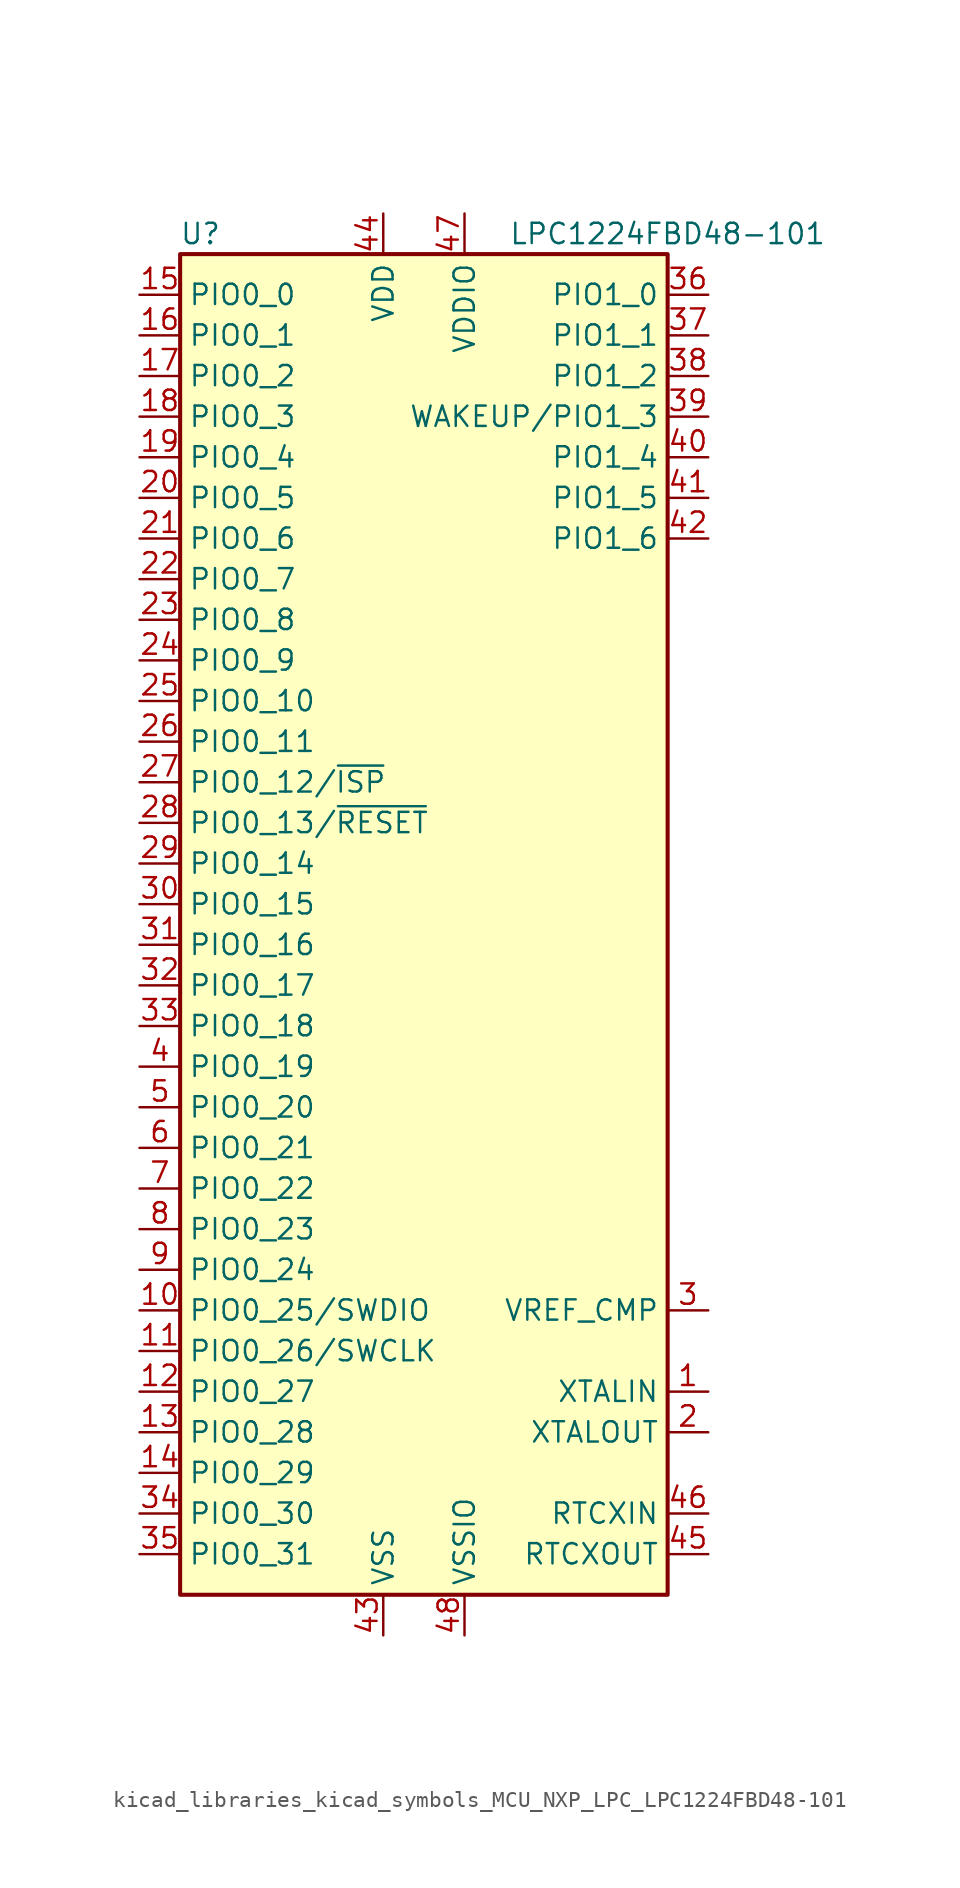
<source format=kicad_sym>
(kicad_symbol_lib
  (version 20220914)
  (generator kicad_symbol_editor)
  (symbol "kicad_libraries_kicad_symbols_MCU_NXP_LPC_LPC1224FBD48-101"
    (property "Reference" "U"
      (at -13.97 44.45 0)
      (effects (font (size 1.27 1.27))))
    (property "Value" "LPC1224FBD48-101"
      (at 15.24 44.45 0)
      (effects (font (size 1.27 1.27))))
    (symbol "kicad_libraries_kicad_symbols_MCU_NXP_LPC_LPC1224FBD48-101_0_1"
      (rectangle (start -15.24 43.18) (end 15.24 -40.64) (stroke (width 0.254) (type default)) (fill (type background))))
    (symbol "kicad_libraries_kicad_symbols_MCU_NXP_LPC_LPC1224FBD48-101_1_1"
      (pin input line (at 17.78 -27.94 180) (length 2.54) (name "XTALIN" (effects (font (size 1.27 1.27)))) (number "1" (effects (font (size 1.27 1.27)))))
      (pin bidirectional line (at -17.78 -22.86 0) (length 2.54) (name "PIO0_25/SWDIO" (effects (font (size 1.27 1.27)))) (number "10" (effects (font (size 1.27 1.27)))))
      (pin bidirectional line (at -17.78 -25.4 0) (length 2.54) (name "PIO0_26/SWCLK" (effects (font (size 1.27 1.27)))) (number "11" (effects (font (size 1.27 1.27)))))
      (pin bidirectional line (at -17.78 -27.94 0) (length 2.54) (name "PIO0_27" (effects (font (size 1.27 1.27)))) (number "12" (effects (font (size 1.27 1.27)))))
      (pin bidirectional line (at -17.78 -30.48 0) (length 2.54) (name "PIO0_28" (effects (font (size 1.27 1.27)))) (number "13" (effects (font (size 1.27 1.27)))))
      (pin bidirectional line (at -17.78 -33.02 0) (length 2.54) (name "PIO0_29" (effects (font (size 1.27 1.27)))) (number "14" (effects (font (size 1.27 1.27)))))
      (pin bidirectional line (at -17.78 40.64 0) (length 2.54) (name "PIO0_0" (effects (font (size 1.27 1.27)))) (number "15" (effects (font (size 1.27 1.27)))))
      (pin bidirectional line (at -17.78 38.1 0) (length 2.54) (name "PIO0_1" (effects (font (size 1.27 1.27)))) (number "16" (effects (font (size 1.27 1.27)))))
      (pin bidirectional line (at -17.78 35.56 0) (length 2.54) (name "PIO0_2" (effects (font (size 1.27 1.27)))) (number "17" (effects (font (size 1.27 1.27)))))
      (pin bidirectional line (at -17.78 33.02 0) (length 2.54) (name "PIO0_3" (effects (font (size 1.27 1.27)))) (number "18" (effects (font (size 1.27 1.27)))))
      (pin bidirectional line (at -17.78 30.48 0) (length 2.54) (name "PIO0_4" (effects (font (size 1.27 1.27)))) (number "19" (effects (font (size 1.27 1.27)))))
      (pin output line (at 17.78 -30.48 180) (length 2.54) (name "XTALOUT" (effects (font (size 1.27 1.27)))) (number "2" (effects (font (size 1.27 1.27)))))
      (pin bidirectional line (at -17.78 27.94 0) (length 2.54) (name "PIO0_5" (effects (font (size 1.27 1.27)))) (number "20" (effects (font (size 1.27 1.27)))))
      (pin bidirectional line (at -17.78 25.4 0) (length 2.54) (name "PIO0_6" (effects (font (size 1.27 1.27)))) (number "21" (effects (font (size 1.27 1.27)))))
      (pin bidirectional line (at -17.78 22.86 0) (length 2.54) (name "PIO0_7" (effects (font (size 1.27 1.27)))) (number "22" (effects (font (size 1.27 1.27)))))
      (pin bidirectional line (at -17.78 20.32 0) (length 2.54) (name "PIO0_8" (effects (font (size 1.27 1.27)))) (number "23" (effects (font (size 1.27 1.27)))))
      (pin bidirectional line (at -17.78 17.78 0) (length 2.54) (name "PIO0_9" (effects (font (size 1.27 1.27)))) (number "24" (effects (font (size 1.27 1.27)))))
      (pin bidirectional line (at -17.78 15.24 0) (length 2.54) (name "PIO0_10" (effects (font (size 1.27 1.27)))) (number "25" (effects (font (size 1.27 1.27)))))
      (pin bidirectional line (at -17.78 12.7 0) (length 2.54) (name "PIO0_11" (effects (font (size 1.27 1.27)))) (number "26" (effects (font (size 1.27 1.27)))))
      (pin bidirectional line (at -17.78 10.16 0) (length 2.54) (name "PIO0_12/~{ISP}" (effects (font (size 1.27 1.27)))) (number "27" (effects (font (size 1.27 1.27)))))
      (pin bidirectional line (at -17.78 7.62 0) (length 2.54) (name "PIO0_13/~{RESET}" (effects (font (size 1.27 1.27)))) (number "28" (effects (font (size 1.27 1.27)))))
      (pin bidirectional line (at -17.78 5.08 0) (length 2.54) (name "PIO0_14" (effects (font (size 1.27 1.27)))) (number "29" (effects (font (size 1.27 1.27)))))
      (pin input line (at 17.78 -22.86 180) (length 2.54) (name "VREF_CMP" (effects (font (size 1.27 1.27)))) (number "3" (effects (font (size 1.27 1.27)))))
      (pin bidirectional line (at -17.78 2.54 0) (length 2.54) (name "PIO0_15" (effects (font (size 1.27 1.27)))) (number "30" (effects (font (size 1.27 1.27)))))
      (pin bidirectional line (at -17.78 0 0) (length 2.54) (name "PIO0_16" (effects (font (size 1.27 1.27)))) (number "31" (effects (font (size 1.27 1.27)))))
      (pin bidirectional line (at -17.78 -2.54 0) (length 2.54) (name "PIO0_17" (effects (font (size 1.27 1.27)))) (number "32" (effects (font (size 1.27 1.27)))))
      (pin bidirectional line (at -17.78 -5.08 0) (length 2.54) (name "PIO0_18" (effects (font (size 1.27 1.27)))) (number "33" (effects (font (size 1.27 1.27)))))
      (pin bidirectional line (at -17.78 -35.56 0) (length 2.54) (name "PIO0_30" (effects (font (size 1.27 1.27)))) (number "34" (effects (font (size 1.27 1.27)))))
      (pin bidirectional line (at -17.78 -38.1 0) (length 2.54) (name "PIO0_31" (effects (font (size 1.27 1.27)))) (number "35" (effects (font (size 1.27 1.27)))))
      (pin bidirectional line (at 17.78 40.64 180) (length 2.54) (name "PIO1_0" (effects (font (size 1.27 1.27)))) (number "36" (effects (font (size 1.27 1.27)))))
      (pin bidirectional line (at 17.78 38.1 180) (length 2.54) (name "PIO1_1" (effects (font (size 1.27 1.27)))) (number "37" (effects (font (size 1.27 1.27)))))
      (pin bidirectional line (at 17.78 35.56 180) (length 2.54) (name "PIO1_2" (effects (font (size 1.27 1.27)))) (number "38" (effects (font (size 1.27 1.27)))))
      (pin bidirectional line (at 17.78 33.02 180) (length 2.54) (name "WAKEUP/PIO1_3" (effects (font (size 1.27 1.27)))) (number "39" (effects (font (size 1.27 1.27)))))
      (pin bidirectional line (at -17.78 -7.62 0) (length 2.54) (name "PIO0_19" (effects (font (size 1.27 1.27)))) (number "4" (effects (font (size 1.27 1.27)))))
      (pin bidirectional line (at 17.78 30.48 180) (length 2.54) (name "PIO1_4" (effects (font (size 1.27 1.27)))) (number "40" (effects (font (size 1.27 1.27)))))
      (pin bidirectional line (at 17.78 27.94 180) (length 2.54) (name "PIO1_5" (effects (font (size 1.27 1.27)))) (number "41" (effects (font (size 1.27 1.27)))))
      (pin bidirectional line (at 17.78 25.4 180) (length 2.54) (name "PIO1_6" (effects (font (size 1.27 1.27)))) (number "42" (effects (font (size 1.27 1.27)))))
      (pin power_in line (at -2.54 -43.18 90) (length 2.54) (name "VSS" (effects (font (size 1.27 1.27)))) (number "43" (effects (font (size 1.27 1.27)))))
      (pin power_in line (at -2.54 45.72 270) (length 2.54) (name "VDD" (effects (font (size 1.27 1.27)))) (number "44" (effects (font (size 1.27 1.27)))))
      (pin output line (at 17.78 -38.1 180) (length 2.54) (name "RTCXOUT" (effects (font (size 1.27 1.27)))) (number "45" (effects (font (size 1.27 1.27)))))
      (pin input line (at 17.78 -35.56 180) (length 2.54) (name "RTCXIN" (effects (font (size 1.27 1.27)))) (number "46" (effects (font (size 1.27 1.27)))))
      (pin power_in line (at 2.54 45.72 270) (length 2.54) (name "VDDIO" (effects (font (size 1.27 1.27)))) (number "47" (effects (font (size 1.27 1.27)))))
      (pin power_in line (at 2.54 -43.18 90) (length 2.54) (name "VSSIO" (effects (font (size 1.27 1.27)))) (number "48" (effects (font (size 1.27 1.27)))))
      (pin bidirectional line (at -17.78 -10.16 0) (length 2.54) (name "PIO0_20" (effects (font (size 1.27 1.27)))) (number "5" (effects (font (size 1.27 1.27)))))
      (pin bidirectional line (at -17.78 -12.7 0) (length 2.54) (name "PIO0_21" (effects (font (size 1.27 1.27)))) (number "6" (effects (font (size 1.27 1.27)))))
      (pin bidirectional line (at -17.78 -15.24 0) (length 2.54) (name "PIO0_22" (effects (font (size 1.27 1.27)))) (number "7" (effects (font (size 1.27 1.27)))))
      (pin bidirectional line (at -17.78 -17.78 0) (length 2.54) (name "PIO0_23" (effects (font (size 1.27 1.27)))) (number "8" (effects (font (size 1.27 1.27)))))
      (pin bidirectional line (at -17.78 -20.32 0) (length 2.54) (name "PIO0_24" (effects (font (size 1.27 1.27)))) (number "9" (effects (font (size 1.27 1.27))))))))
</source>
